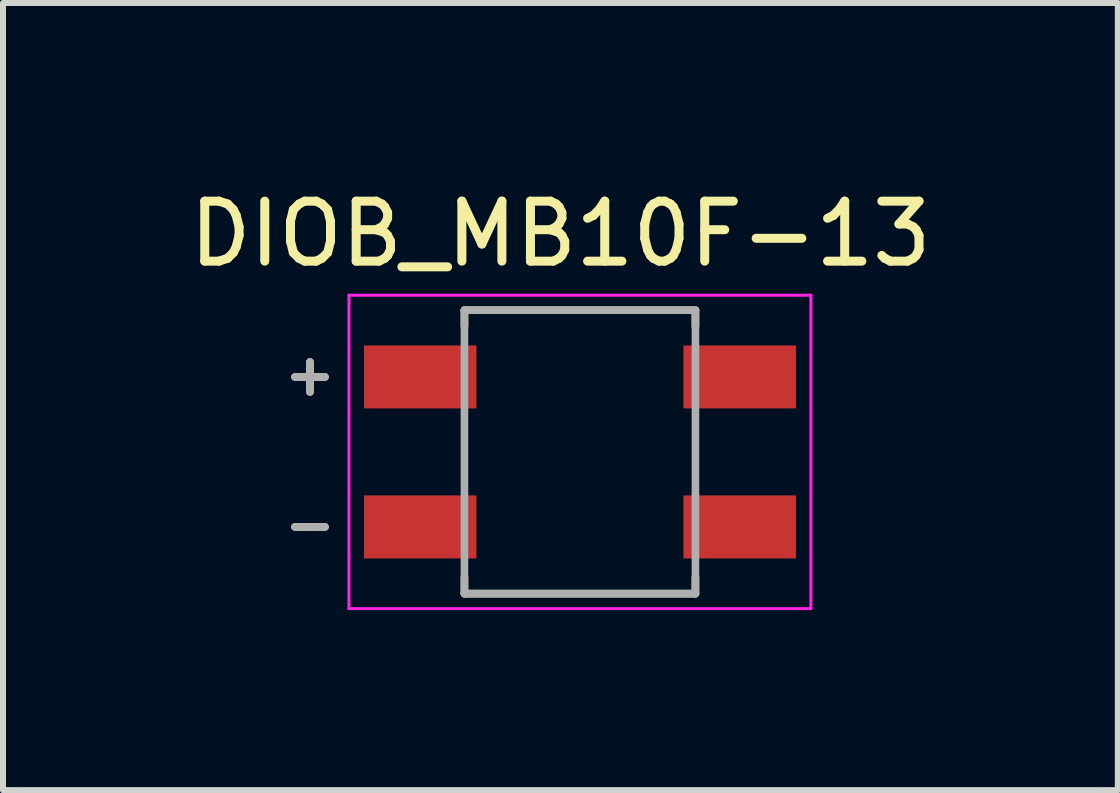
<source format=kicad_pcb>
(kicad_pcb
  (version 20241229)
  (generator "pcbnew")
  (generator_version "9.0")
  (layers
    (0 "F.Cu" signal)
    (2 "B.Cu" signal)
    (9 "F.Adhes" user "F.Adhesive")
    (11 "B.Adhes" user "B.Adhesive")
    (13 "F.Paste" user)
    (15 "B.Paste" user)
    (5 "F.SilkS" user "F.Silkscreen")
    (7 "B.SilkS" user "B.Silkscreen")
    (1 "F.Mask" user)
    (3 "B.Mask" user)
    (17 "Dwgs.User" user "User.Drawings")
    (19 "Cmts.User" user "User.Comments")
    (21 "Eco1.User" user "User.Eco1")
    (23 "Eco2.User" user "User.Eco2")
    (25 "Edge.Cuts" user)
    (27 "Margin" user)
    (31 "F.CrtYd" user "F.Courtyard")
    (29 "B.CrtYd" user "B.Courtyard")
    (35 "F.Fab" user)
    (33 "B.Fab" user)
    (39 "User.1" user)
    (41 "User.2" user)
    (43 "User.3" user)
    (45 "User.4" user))
  (footprint "DIOB_MB10F-13"
    (layer "F.Cu")
    (at 6.617 4.483)
    (property "Reference" "DIOB_MB10F-13" (at -0.325 -3.635 0) (layer "F.SilkS") (effects (font (size 1 1) (thickness 0.15))))
    (attr smd)
    (fp_line (start -4.75 -1.25) (end -4.25 -1.25) (stroke (width 0.127) (type solid)) (layer "F.SilkS"))
    (fp_line (start -4.75 1.25) (end -4.25 1.25) (stroke (width 0.127) (type solid)) (layer "F.SilkS"))
    (fp_line (start -4.5 -1.5) (end -4.5 -1) (stroke (width 0.127) (type solid)) (layer "F.SilkS"))
    (fp_line (start -1.925 -2.362) (end -1.925 -2.095) (stroke (width 0.127) (type solid)) (layer "F.SilkS"))
    (fp_line (start -1.925 2.095) (end -1.925 2.362) (stroke (width 0.127) (type solid)) (layer "F.SilkS"))
    (fp_line (start -1.925 2.362) (end 1.925 2.362) (stroke (width 0.127) (type solid)) (layer "F.SilkS"))
    (fp_line (start 1.925 -2.362) (end -1.925 -2.362) (stroke (width 0.127) (type solid)) (layer "F.SilkS"))
    (fp_line (start 1.925 -2.095) (end 1.925 -2.362) (stroke (width 0.127) (type solid)) (layer "F.SilkS"))
    (fp_line (start 1.925 2.362) (end 1.925 2.095) (stroke (width 0.127) (type solid)) (layer "F.SilkS"))
    (fp_line (start -3.85 2.612) (end -3.85 -2.612) (stroke (width 0.05) (type solid)) (layer "F.CrtYd"))
    (fp_line (start 3.85 -2.612) (end -3.85 -2.612) (stroke (width 0.05) (type solid)) (layer "F.CrtYd"))
    (fp_line (start 3.85 2.612) (end -3.85 2.612) (stroke (width 0.05) (type solid)) (layer "F.CrtYd"))
    (fp_line (start 3.85 2.612) (end 3.85 -2.612) (stroke (width 0.05) (type solid)) (layer "F.CrtYd"))
    (fp_line (start -4.75 -1.25) (end -4.25 -1.25) (stroke (width 0.127) (type solid)) (layer "F.Fab"))
    (fp_line (start -4.75 1.25) (end -4.25 1.25) (stroke (width 0.127) (type solid)) (layer "F.Fab"))
    (fp_line (start -4.5 -1.5) (end -4.5 -1) (stroke (width 0.127) (type solid)) (layer "F.Fab"))
    (fp_line (start -1.925 2.362) (end -1.925 -2.362) (stroke (width 0.127) (type solid)) (layer "F.Fab"))
    (fp_line (start 1.925 -2.362) (end -1.925 -2.362) (stroke (width 0.127) (type solid)) (layer "F.Fab"))
    (fp_line (start 1.925 2.362) (end -1.925 2.362) (stroke (width 0.127) (type solid)) (layer "F.Fab"))
    (fp_line (start 1.925 2.362) (end 1.925 -2.362) (stroke (width 0.127) (type solid)) (layer "F.Fab"))
    (pad "1" smd rect (at -2.663 -1.25) (size 1.875 1.05) (layers "F.Cu" "F.Mask" "F.Paste"))
    (pad "2" smd rect (at 2.663 -1.25) (size 1.875 1.05) (layers "F.Cu" "F.Mask" "F.Paste"))
    (pad "3" smd rect (at -2.663 1.25) (size 1.875 1.05) (layers "F.Cu" "F.Mask" "F.Paste"))
    (pad "4" smd rect (at 2.663 1.25) (size 1.875 1.05) (layers "F.Cu" "F.Mask" "F.Paste")))
  (gr_rect
    (start -3 -3)
    (end 15.583 10.121)
    (stroke (width 0.1) (type default))
    (fill no)
    (layer "Edge.Cuts")))
</source>
